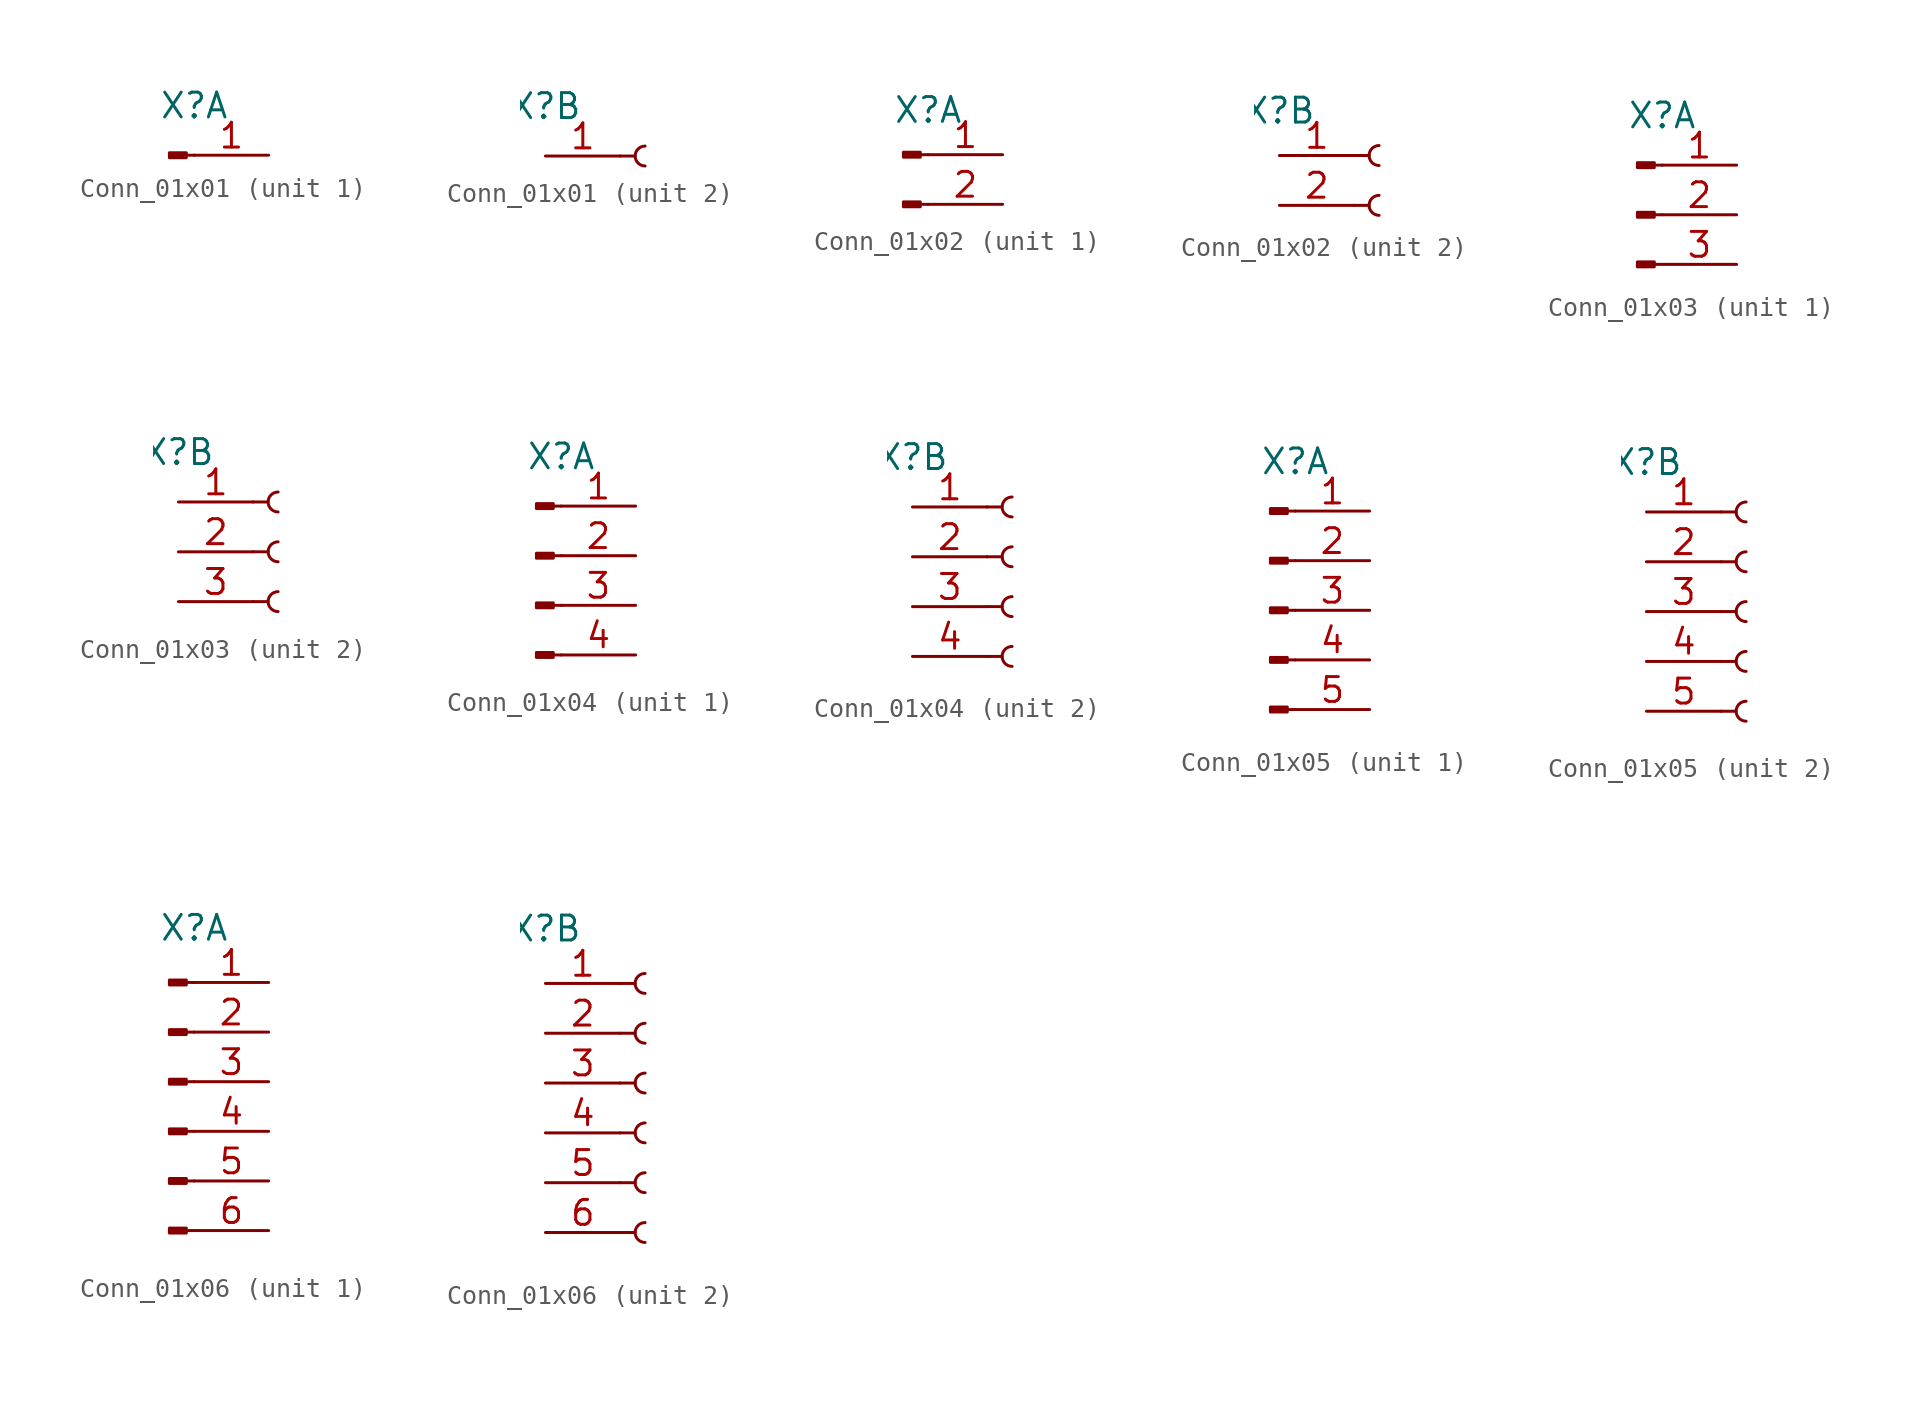
<source format=kicad_sym>
(kicad_symbol_lib
  (version 20241209)
  (generator "kicad_symbol_editor")
  (generator_version "9.0")
  (symbol "Conn_01x01"
    (pin_names
      (offset 1.016)
      (hide yes))
    (property "Reference" "X"
      (at 0 2.54 0)
      (do_not_autoplace)
      (effects (font (size 1.27 1.27))))
    (property "ki_locked" ""
      (at 0 0 0)
      (effects (font (size 1.27 1.27))))
    (symbol "Conn_01x01_1_1"
      (rectangle (start -0.406 0.127) (end -1.27 -0.127) (stroke (width 0.152) (type default)) (fill (type outline)))
      (polyline (pts (xy 0 0) (xy -0.406 0)) (stroke (width 0.152) (type default)) (fill (type none)))
      (pin passive line (at 3.81 0 180) (length 3.81) (name "Pin_1" (effects (font (size 1.27 1.27)))) (number "1" (effects (font (size 1.27 1.27))))))
    (symbol "Conn_01x01_2_1"
      (polyline (pts (xy 3.81 0) (xy 4.572 0)) (stroke (width 0.152) (type default)) (fill (type none)))
      (arc (start 5.08 -0.508) (mid 4.5742 0) (end 5.08 0.508) (stroke (width 0.1524) (type default)) (fill (type none)))
      (pin passive line (at 0 0 0) (length 3.81) (name "Pin_1" (effects (font (size 1.27 1.27)))) (number "1" (effects (font (size 1.27 1.27)))))))
  (symbol "Conn_01x02"
    (pin_names
      (offset 1.016)
      (hide yes))
    (property "Reference" "X"
      (at 0 2.286 0)
      (do_not_autoplace)
      (effects (font (size 1.27 1.27))))
    (property "ki_locked" ""
      (at 0 0 0)
      (effects (font (size 1.27 1.27))))
    (symbol "Conn_01x02_1_1"
      (rectangle (start -0.406 0.127) (end -1.27 -0.127) (stroke (width 0.152) (type default)) (fill (type outline)))
      (rectangle (start -0.406 -2.413) (end -1.27 -2.667) (stroke (width 0.152) (type default)) (fill (type outline)))
      (polyline (pts (xy 0 0) (xy -0.406 0)) (stroke (width 0.152) (type default)) (fill (type none)))
      (polyline (pts (xy 0 -2.54) (xy -0.406 -2.54)) (stroke (width 0.152) (type default)) (fill (type none)))
      (pin passive line (at 3.81 0 180) (length 3.81) (name "Pin_1" (effects (font (size 1.27 1.27)))) (number "1" (effects (font (size 1.27 1.27)))))
      (pin passive line (at 3.81 -2.54 180) (length 3.81) (name "Pin_2" (effects (font (size 1.27 1.27)))) (number "2" (effects (font (size 1.27 1.27))))))
    (symbol "Conn_01x02_2_1"
      (polyline (pts (xy 3.81 0) (xy 4.572 0)) (stroke (width 0.152) (type default)) (fill (type none)))
      (polyline (pts (xy 3.81 -2.54) (xy 4.572 -2.54)) (stroke (width 0.152) (type default)) (fill (type none)))
      (arc (start 5.08 -0.508) (mid 4.5742 0) (end 5.08 0.508) (stroke (width 0.1524) (type default)) (fill (type none)))
      (arc (start 5.08 -3.048) (mid 4.5742 -2.54) (end 5.08 -2.032) (stroke (width 0.1524) (type default)) (fill (type none)))
      (pin passive line (at 0 0 0) (length 3.81) (name "Pin_1" (effects (font (size 1.27 1.27)))) (number "1" (effects (font (size 1.27 1.27)))))
      (pin passive line (at 0 -2.54 0) (length 3.81) (name "Pin_2" (effects (font (size 1.27 1.27)))) (number "2" (effects (font (size 1.27 1.27)))))))
  (symbol "Conn_01x03"
    (pin_names
      (offset 1.016)
      (hide yes))
    (property "Reference" "X"
      (at 0 5.08 0)
      (do_not_autoplace)
      (effects (font (size 1.27 1.27))))
    (property "ki_locked" ""
      (at 0 0 0)
      (effects (font (size 1.27 1.27))))
    (symbol "Conn_01x03_1_1"
      (rectangle (start -0.406 2.667) (end -1.27 2.413) (stroke (width 0.152) (type default)) (fill (type outline)))
      (rectangle (start -0.406 0.127) (end -1.27 -0.127) (stroke (width 0.152) (type default)) (fill (type outline)))
      (rectangle (start -0.406 -2.413) (end -1.27 -2.667) (stroke (width 0.152) (type default)) (fill (type outline)))
      (polyline (pts (xy 0 2.54) (xy -0.406 2.54)) (stroke (width 0.152) (type default)) (fill (type none)))
      (polyline (pts (xy 0 0) (xy -0.406 0)) (stroke (width 0.152) (type default)) (fill (type none)))
      (polyline (pts (xy 0 -2.54) (xy -0.406 -2.54)) (stroke (width 0.152) (type default)) (fill (type none)))
      (pin passive line (at 3.81 2.54 180) (length 3.81) (name "Pin_1" (effects (font (size 1.27 1.27)))) (number "1" (effects (font (size 1.27 1.27)))))
      (pin passive line (at 3.81 0 180) (length 3.81) (name "Pin_2" (effects (font (size 1.27 1.27)))) (number "2" (effects (font (size 1.27 1.27)))))
      (pin passive line (at 3.81 -2.54 180) (length 3.81) (name "Pin_3" (effects (font (size 1.27 1.27)))) (number "3" (effects (font (size 1.27 1.27))))))
    (symbol "Conn_01x03_2_1"
      (polyline (pts (xy 3.81 2.54) (xy 4.572 2.54)) (stroke (width 0.152) (type default)) (fill (type none)))
      (polyline (pts (xy 3.81 0) (xy 4.572 0)) (stroke (width 0.152) (type default)) (fill (type none)))
      (polyline (pts (xy 3.81 -2.54) (xy 4.572 -2.54)) (stroke (width 0.152) (type default)) (fill (type none)))
      (arc (start 5.08 2.032) (mid 4.5742 2.54) (end 5.08 3.048) (stroke (width 0.1524) (type default)) (fill (type none)))
      (arc (start 5.08 -0.508) (mid 4.5742 0) (end 5.08 0.508) (stroke (width 0.1524) (type default)) (fill (type none)))
      (arc (start 5.08 -3.048) (mid 4.5742 -2.54) (end 5.08 -2.032) (stroke (width 0.1524) (type default)) (fill (type none)))
      (pin passive line (at 0 2.54 0) (length 3.81) (name "Pin_1" (effects (font (size 1.27 1.27)))) (number "1" (effects (font (size 1.27 1.27)))))
      (pin passive line (at 0 0 0) (length 3.81) (name "Pin_2" (effects (font (size 1.27 1.27)))) (number "2" (effects (font (size 1.27 1.27)))))
      (pin passive line (at 0 -2.54 0) (length 3.81) (name "Pin_3" (effects (font (size 1.27 1.27)))) (number "3" (effects (font (size 1.27 1.27)))))))
  (symbol "Conn_01x04"
    (pin_names
      (offset 1.016)
      (hide yes))
    (property "Reference" "X"
      (at 0 5.08 0)
      (do_not_autoplace)
      (effects (font (size 1.27 1.27))))
    (property "ki_locked" ""
      (at 0 0 0)
      (effects (font (size 1.27 1.27))))
    (symbol "Conn_01x04_1_1"
      (rectangle (start -0.406 2.667) (end -1.27 2.413) (stroke (width 0.152) (type default)) (fill (type outline)))
      (rectangle (start -0.406 0.127) (end -1.27 -0.127) (stroke (width 0.152) (type default)) (fill (type outline)))
      (rectangle (start -0.406 -2.413) (end -1.27 -2.667) (stroke (width 0.152) (type default)) (fill (type outline)))
      (rectangle (start -0.406 -4.953) (end -1.27 -5.207) (stroke (width 0.152) (type default)) (fill (type outline)))
      (polyline (pts (xy 0 2.54) (xy -0.406 2.54)) (stroke (width 0.152) (type default)) (fill (type none)))
      (polyline (pts (xy 0 0) (xy -0.406 0)) (stroke (width 0.152) (type default)) (fill (type none)))
      (polyline (pts (xy 0 -2.54) (xy -0.406 -2.54)) (stroke (width 0.152) (type default)) (fill (type none)))
      (polyline (pts (xy 0 -5.08) (xy -0.406 -5.08)) (stroke (width 0.152) (type default)) (fill (type none)))
      (pin passive line (at 3.81 2.54 180) (length 3.81) (name "Pin_1" (effects (font (size 1.27 1.27)))) (number "1" (effects (font (size 1.27 1.27)))))
      (pin passive line (at 3.81 0 180) (length 3.81) (name "Pin_2" (effects (font (size 1.27 1.27)))) (number "2" (effects (font (size 1.27 1.27)))))
      (pin passive line (at 3.81 -2.54 180) (length 3.81) (name "Pin_3" (effects (font (size 1.27 1.27)))) (number "3" (effects (font (size 1.27 1.27)))))
      (pin passive line (at 3.81 -5.08 180) (length 3.81) (name "Pin_4" (effects (font (size 1.27 1.27)))) (number "4" (effects (font (size 1.27 1.27))))))
    (symbol "Conn_01x04_2_1"
      (polyline (pts (xy 3.81 2.54) (xy 4.572 2.54)) (stroke (width 0.152) (type default)) (fill (type none)))
      (polyline (pts (xy 3.81 0) (xy 4.572 0)) (stroke (width 0.152) (type default)) (fill (type none)))
      (polyline (pts (xy 3.81 -2.54) (xy 4.572 -2.54)) (stroke (width 0.152) (type default)) (fill (type none)))
      (polyline (pts (xy 3.81 -5.08) (xy 4.572 -5.08)) (stroke (width 0.152) (type default)) (fill (type none)))
      (arc (start 5.08 2.032) (mid 4.5742 2.54) (end 5.08 3.048) (stroke (width 0.1524) (type default)) (fill (type none)))
      (arc (start 5.08 -0.508) (mid 4.5742 0) (end 5.08 0.508) (stroke (width 0.1524) (type default)) (fill (type none)))
      (arc (start 5.08 -3.048) (mid 4.5742 -2.54) (end 5.08 -2.032) (stroke (width 0.1524) (type default)) (fill (type none)))
      (arc (start 5.08 -5.588) (mid 4.5742 -5.08) (end 5.08 -4.572) (stroke (width 0.1524) (type default)) (fill (type none)))
      (pin passive line (at 0 2.54 0) (length 3.81) (name "Pin_1" (effects (font (size 1.27 1.27)))) (number "1" (effects (font (size 1.27 1.27)))))
      (pin passive line (at 0 0 0) (length 3.81) (name "Pin_2" (effects (font (size 1.27 1.27)))) (number "2" (effects (font (size 1.27 1.27)))))
      (pin passive line (at 0 -2.54 0) (length 3.81) (name "Pin_3" (effects (font (size 1.27 1.27)))) (number "3" (effects (font (size 1.27 1.27)))))
      (pin passive line (at 0 -5.08 0) (length 3.81) (name "Pin_4" (effects (font (size 1.27 1.27)))) (number "4" (effects (font (size 1.27 1.27)))))))
  (symbol "Conn_01x05"
    (pin_names
      (offset 1.016)
      (hide yes))
    (property "Reference" "X"
      (at 0 7.62 0)
      (do_not_autoplace)
      (effects (font (size 1.27 1.27))))
    (property "ki_locked" ""
      (at 0 0 0)
      (effects (font (size 1.27 1.27))))
    (symbol "Conn_01x05_1_1"
      (rectangle (start -0.406 5.207) (end -1.27 4.953) (stroke (width 0.152) (type default)) (fill (type outline)))
      (rectangle (start -0.406 2.667) (end -1.27 2.413) (stroke (width 0.152) (type default)) (fill (type outline)))
      (rectangle (start -0.406 0.127) (end -1.27 -0.127) (stroke (width 0.152) (type default)) (fill (type outline)))
      (rectangle (start -0.406 -2.413) (end -1.27 -2.667) (stroke (width 0.152) (type default)) (fill (type outline)))
      (rectangle (start -0.406 -4.953) (end -1.27 -5.207) (stroke (width 0.152) (type default)) (fill (type outline)))
      (polyline (pts (xy 0 5.08) (xy -0.406 5.08)) (stroke (width 0.152) (type default)) (fill (type none)))
      (polyline (pts (xy 0 2.54) (xy -0.406 2.54)) (stroke (width 0.152) (type default)) (fill (type none)))
      (polyline (pts (xy 0 0) (xy -0.406 0)) (stroke (width 0.152) (type default)) (fill (type none)))
      (polyline (pts (xy 0 -2.54) (xy -0.406 -2.54)) (stroke (width 0.152) (type default)) (fill (type none)))
      (polyline (pts (xy 0 -5.08) (xy -0.406 -5.08)) (stroke (width 0.152) (type default)) (fill (type none)))
      (pin passive line (at 3.81 5.08 180) (length 3.81) (name "Pin_1" (effects (font (size 1.27 1.27)))) (number "1" (effects (font (size 1.27 1.27)))))
      (pin passive line (at 3.81 2.54 180) (length 3.81) (name "Pin_2" (effects (font (size 1.27 1.27)))) (number "2" (effects (font (size 1.27 1.27)))))
      (pin passive line (at 3.81 0 180) (length 3.81) (name "Pin_3" (effects (font (size 1.27 1.27)))) (number "3" (effects (font (size 1.27 1.27)))))
      (pin passive line (at 3.81 -2.54 180) (length 3.81) (name "Pin_4" (effects (font (size 1.27 1.27)))) (number "4" (effects (font (size 1.27 1.27)))))
      (pin passive line (at 3.81 -5.08 180) (length 3.81) (name "Pin_5" (effects (font (size 1.27 1.27)))) (number "5" (effects (font (size 1.27 1.27))))))
    (symbol "Conn_01x05_2_1"
      (polyline (pts (xy 3.81 5.08) (xy 4.572 5.08)) (stroke (width 0.152) (type default)) (fill (type none)))
      (polyline (pts (xy 3.81 2.54) (xy 4.572 2.54)) (stroke (width 0.152) (type default)) (fill (type none)))
      (polyline (pts (xy 3.81 0) (xy 4.572 0)) (stroke (width 0.152) (type default)) (fill (type none)))
      (polyline (pts (xy 3.81 -2.54) (xy 4.572 -2.54)) (stroke (width 0.152) (type default)) (fill (type none)))
      (polyline (pts (xy 3.81 -5.08) (xy 4.572 -5.08)) (stroke (width 0.152) (type default)) (fill (type none)))
      (arc (start 5.08 4.572) (mid 4.5742 5.08) (end 5.08 5.588) (stroke (width 0.1524) (type default)) (fill (type none)))
      (arc (start 5.08 2.032) (mid 4.5742 2.54) (end 5.08 3.048) (stroke (width 0.1524) (type default)) (fill (type none)))
      (arc (start 5.08 -0.508) (mid 4.5742 0) (end 5.08 0.508) (stroke (width 0.1524) (type default)) (fill (type none)))
      (arc (start 5.08 -3.048) (mid 4.5742 -2.54) (end 5.08 -2.032) (stroke (width 0.1524) (type default)) (fill (type none)))
      (arc (start 5.08 -5.588) (mid 4.5742 -5.08) (end 5.08 -4.572) (stroke (width 0.1524) (type default)) (fill (type none)))
      (pin passive line (at 0 5.08 0) (length 3.81) (name "Pin_1" (effects (font (size 1.27 1.27)))) (number "1" (effects (font (size 1.27 1.27)))))
      (pin passive line (at 0 2.54 0) (length 3.81) (name "Pin_2" (effects (font (size 1.27 1.27)))) (number "2" (effects (font (size 1.27 1.27)))))
      (pin passive line (at 0 0 0) (length 3.81) (name "Pin_3" (effects (font (size 1.27 1.27)))) (number "3" (effects (font (size 1.27 1.27)))))
      (pin passive line (at 0 -2.54 0) (length 3.81) (name "Pin_4" (effects (font (size 1.27 1.27)))) (number "4" (effects (font (size 1.27 1.27)))))
      (pin passive line (at 0 -5.08 0) (length 3.81) (name "Pin_5" (effects (font (size 1.27 1.27)))) (number "5" (effects (font (size 1.27 1.27)))))))
  (symbol "Conn_01x06"
    (pin_names
      (offset 1.016)
      (hide yes))
    (property "Reference" "X"
      (at 0 7.874 0)
      (do_not_autoplace)
      (effects (font (size 1.27 1.27))))
    (property "ki_locked" ""
      (at 0 0 0)
      (effects (font (size 1.27 1.27))))
    (symbol "Conn_01x06_1_1"
      (rectangle (start -0.406 5.207) (end -1.27 4.953) (stroke (width 0.152) (type default)) (fill (type outline)))
      (rectangle (start -0.406 2.667) (end -1.27 2.413) (stroke (width 0.152) (type default)) (fill (type outline)))
      (rectangle (start -0.406 0.127) (end -1.27 -0.127) (stroke (width 0.152) (type default)) (fill (type outline)))
      (rectangle (start -0.406 -2.413) (end -1.27 -2.667) (stroke (width 0.152) (type default)) (fill (type outline)))
      (rectangle (start -0.406 -4.953) (end -1.27 -5.207) (stroke (width 0.152) (type default)) (fill (type outline)))
      (rectangle (start -0.406 -7.493) (end -1.27 -7.747) (stroke (width 0.152) (type default)) (fill (type outline)))
      (polyline (pts (xy 0 5.08) (xy -0.406 5.08)) (stroke (width 0.152) (type default)) (fill (type none)))
      (polyline (pts (xy 0 2.54) (xy -0.406 2.54)) (stroke (width 0.152) (type default)) (fill (type none)))
      (polyline (pts (xy 0 0) (xy -0.406 0)) (stroke (width 0.152) (type default)) (fill (type none)))
      (polyline (pts (xy 0 -2.54) (xy -0.406 -2.54)) (stroke (width 0.152) (type default)) (fill (type none)))
      (polyline (pts (xy 0 -5.08) (xy -0.406 -5.08)) (stroke (width 0.152) (type default)) (fill (type none)))
      (polyline (pts (xy 0 -7.62) (xy -0.406 -7.62)) (stroke (width 0.152) (type default)) (fill (type none)))
      (pin passive line (at 3.81 5.08 180) (length 3.81) (name "Pin_1" (effects (font (size 1.27 1.27)))) (number "1" (effects (font (size 1.27 1.27)))))
      (pin passive line (at 3.81 2.54 180) (length 3.81) (name "Pin_2" (effects (font (size 1.27 1.27)))) (number "2" (effects (font (size 1.27 1.27)))))
      (pin passive line (at 3.81 0 180) (length 3.81) (name "Pin_3" (effects (font (size 1.27 1.27)))) (number "3" (effects (font (size 1.27 1.27)))))
      (pin passive line (at 3.81 -2.54 180) (length 3.81) (name "Pin_4" (effects (font (size 1.27 1.27)))) (number "4" (effects (font (size 1.27 1.27)))))
      (pin passive line (at 3.81 -5.08 180) (length 3.81) (name "Pin_5" (effects (font (size 1.27 1.27)))) (number "5" (effects (font (size 1.27 1.27)))))
      (pin passive line (at 3.81 -7.62 180) (length 3.81) (name "Pin_6" (effects (font (size 1.27 1.27)))) (number "6" (effects (font (size 1.27 1.27))))))
    (symbol "Conn_01x06_2_1"
      (polyline (pts (xy 3.81 5.08) (xy 4.572 5.08)) (stroke (width 0.152) (type default)) (fill (type none)))
      (polyline (pts (xy 3.81 2.54) (xy 4.572 2.54)) (stroke (width 0.152) (type default)) (fill (type none)))
      (polyline (pts (xy 3.81 0) (xy 4.572 0)) (stroke (width 0.152) (type default)) (fill (type none)))
      (polyline (pts (xy 3.81 -2.54) (xy 4.572 -2.54)) (stroke (width 0.152) (type default)) (fill (type none)))
      (polyline (pts (xy 3.81 -5.08) (xy 4.572 -5.08)) (stroke (width 0.152) (type default)) (fill (type none)))
      (polyline (pts (xy 3.81 -7.62) (xy 4.572 -7.62)) (stroke (width 0.152) (type default)) (fill (type none)))
      (arc (start 5.08 4.572) (mid 4.5742 5.08) (end 5.08 5.588) (stroke (width 0.1524) (type default)) (fill (type none)))
      (arc (start 5.08 2.032) (mid 4.5742 2.54) (end 5.08 3.048) (stroke (width 0.1524) (type default)) (fill (type none)))
      (arc (start 5.08 -0.508) (mid 4.5742 0) (end 5.08 0.508) (stroke (width 0.1524) (type default)) (fill (type none)))
      (arc (start 5.08 -3.048) (mid 4.5742 -2.54) (end 5.08 -2.032) (stroke (width 0.1524) (type default)) (fill (type none)))
      (arc (start 5.08 -5.588) (mid 4.5742 -5.08) (end 5.08 -4.572) (stroke (width 0.1524) (type default)) (fill (type none)))
      (arc (start 5.08 -8.128) (mid 4.5742 -7.62) (end 5.08 -7.112) (stroke (width 0.1524) (type default)) (fill (type none)))
      (pin passive line (at 0 5.08 0) (length 3.81) (name "Pin_1" (effects (font (size 1.27 1.27)))) (number "1" (effects (font (size 1.27 1.27)))))
      (pin passive line (at 0 2.54 0) (length 3.81) (name "Pin_2" (effects (font (size 1.27 1.27)))) (number "2" (effects (font (size 1.27 1.27)))))
      (pin passive line (at 0 0 0) (length 3.81) (name "Pin_3" (effects (font (size 1.27 1.27)))) (number "3" (effects (font (size 1.27 1.27)))))
      (pin passive line (at 0 -2.54 0) (length 3.81) (name "Pin_4" (effects (font (size 1.27 1.27)))) (number "4" (effects (font (size 1.27 1.27)))))
      (pin passive line (at 0 -5.08 0) (length 3.81) (name "Pin_5" (effects (font (size 1.27 1.27)))) (number "5" (effects (font (size 1.27 1.27)))))
      (pin passive line (at 0 -7.62 0) (length 3.81) (name "Pin_6" (effects (font (size 1.27 1.27)))) (number "6" (effects (font (size 1.27 1.27))))))))
</source>
